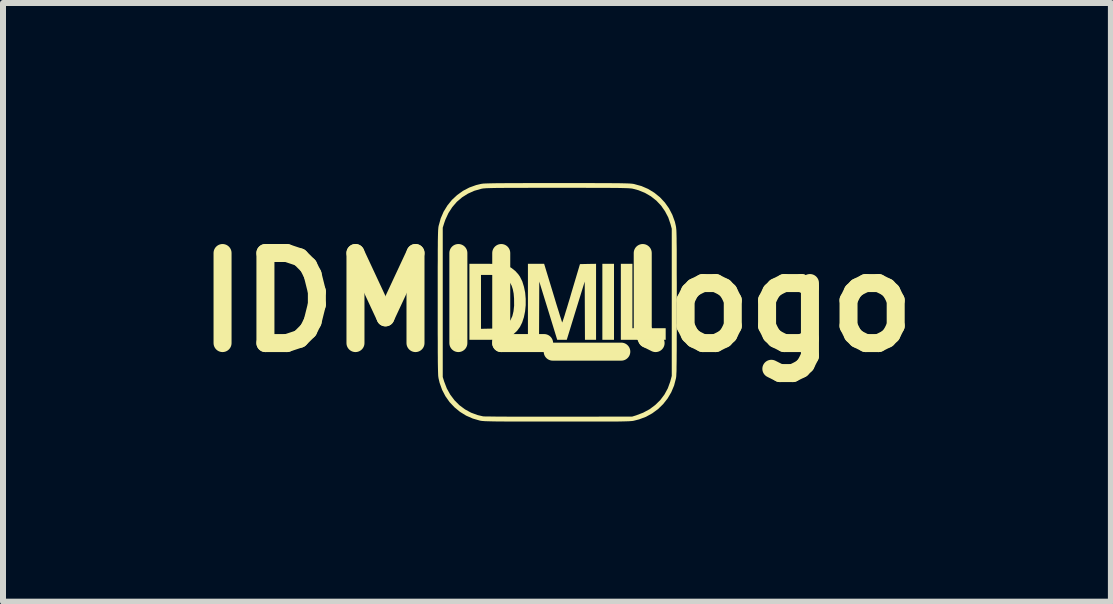
<source format=kicad_pcb>
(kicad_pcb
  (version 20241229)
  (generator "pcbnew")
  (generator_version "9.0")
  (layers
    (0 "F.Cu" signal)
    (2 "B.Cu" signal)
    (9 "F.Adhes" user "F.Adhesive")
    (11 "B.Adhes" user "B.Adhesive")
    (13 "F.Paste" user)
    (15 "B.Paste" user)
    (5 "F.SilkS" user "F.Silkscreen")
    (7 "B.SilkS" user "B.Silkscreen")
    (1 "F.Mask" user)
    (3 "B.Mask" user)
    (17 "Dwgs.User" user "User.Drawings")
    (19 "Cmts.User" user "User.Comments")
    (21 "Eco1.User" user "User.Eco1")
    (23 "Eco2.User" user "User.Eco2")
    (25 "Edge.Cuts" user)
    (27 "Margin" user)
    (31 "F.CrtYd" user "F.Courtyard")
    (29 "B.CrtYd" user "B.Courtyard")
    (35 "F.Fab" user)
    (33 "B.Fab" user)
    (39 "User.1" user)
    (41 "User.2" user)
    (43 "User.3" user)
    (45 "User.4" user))
  (footprint "IDMIL_logo"
    (layer "F.Cu")
    (at 6.229 1.987)
    (property "Reference" "IDMIL_logo" (at 0 0 0) (layer "F.SilkS") (effects (font (size 1.5 1.5) (thickness 0.3))))
    (attr board_only exclude_from_pos_files exclude_from_bom)
    (fp_poly (pts (xy -1.574 -0.009) (xy -1.574 0.624) (xy -1.67 0.624) (xy -1.767 0.624) (xy -1.767 -0.009) (xy -1.767 -0.642) (xy -1.67 -0.642) (xy -1.574 -0.642)) (stroke (width 0) (type solid)) (fill yes) (layer "F.SilkS"))
    (fp_poly (pts (xy 0.95 -0.009) (xy 0.95 0.624) (xy 0.853 0.624) (xy 0.756 0.624) (xy 0.756 -0.009) (xy 0.756 -0.642) (xy 0.853 -0.642) (xy 0.95 -0.642)) (stroke (width 0) (type solid)) (fill yes) (layer "F.SilkS"))
    (fp_poly (pts (xy 1.257 -0.106) (xy 1.257 0.431) (xy 1.534 0.431) (xy 1.811 0.431) (xy 1.811 0.528) (xy 1.811 0.624) (xy 1.437 0.624) (xy 1.064 0.624) (xy 1.064 -0.009) (xy 1.064 -0.642) (xy 1.161 -0.642) (xy 1.257 -0.642)) (stroke (width 0) (type solid)) (fill yes) (layer "F.SilkS"))
    (fp_poly (pts (xy 0.651 -0.009) (xy 0.651 0.624) (xy 0.558 0.624) (xy 0.466 0.624) (xy 0.464 0.139) (xy 0.462 -0.346) (xy 0.312 0.139) (xy 0.163 0.624) (xy 0.084 0.624) (xy 0.004 0.624) (xy -0.145 0.139) (xy -0.295 -0.346) (xy -0.297 0.139) (xy -0.299 0.624) (xy -0.391 0.624) (xy -0.484 0.624) (xy -0.484 -0.009) (xy -0.484 -0.642) (xy -0.349 -0.642) (xy -0.214 -0.642) (xy -0.066 -0.156) (xy -0.039 -0.067) (xy -0.014 0.017) (xy 0.01 0.094) (xy 0.032 0.163) (xy 0.05 0.223) (xy 0.066 0.271) (xy 0.077 0.307) (xy 0.084 0.329) (xy 0.087 0.336) (xy 0.09 0.329) (xy 0.098 0.306) (xy 0.11 0.27) (xy 0.126 0.221) (xy 0.144 0.161) (xy 0.166 0.091) (xy 0.189 0.014) (xy 0.215 -0.071) (xy 0.237 -0.148) (xy 0.383 -0.637) (xy 0.517 -0.64) (xy 0.651 -0.642)) (stroke (width 0) (type solid)) (fill yes) (layer "F.SilkS"))
    (fp_poly (pts (xy -1.138 -0.642) (xy -1.074 -0.641) (xy -1.016 -0.639) (xy -0.966 -0.638) (xy -0.929 -0.636) (xy -0.906 -0.633) (xy -0.905 -0.633) (xy -0.831 -0.611) (xy -0.76 -0.574) (xy -0.695 -0.523) (xy -0.641 -0.463) (xy -0.617 -0.428) (xy -0.578 -0.349) (xy -0.55 -0.259) (xy -0.53 -0.161) (xy -0.521 -0.058) (xy -0.521 0.046) (xy -0.531 0.149) (xy -0.551 0.247) (xy -0.58 0.336) (xy -0.617 0.41) (xy -0.665 0.475) (xy -0.725 0.53) (xy -0.792 0.575) (xy -0.864 0.605) (xy -0.905 0.615) (xy -0.926 0.618) (xy -0.962 0.62) (xy -1.01 0.622) (xy -1.067 0.623) (xy -1.131 0.624) (xy -1.198 0.624) (xy -1.206 0.624) (xy -1.459 0.624) (xy -1.459 -0.009) (xy -1.459 -0.457) (xy -1.266 -0.457) (xy -1.266 -0.008) (xy -1.266 0.441) (xy -1.119 0.438) (xy -1.057 0.436) (xy -1.009 0.433) (xy -0.973 0.429) (xy -0.945 0.424) (xy -0.928 0.418) (xy -0.865 0.388) (xy -0.814 0.346) (xy -0.773 0.293) (xy -0.743 0.227) (xy -0.724 0.148) (xy -0.714 0.055) (xy -0.715 -0.052) (xy -0.715 -0.062) (xy -0.722 -0.147) (xy -0.736 -0.218) (xy -0.755 -0.277) (xy -0.782 -0.326) (xy -0.816 -0.368) (xy -0.852 -0.398) (xy -0.893 -0.422) (xy -0.941 -0.439) (xy -0.999 -0.45) (xy -1.07 -0.456) (xy -1.143 -0.457) (xy -1.266 -0.457) (xy -1.459 -0.457) (xy -1.459 -0.642) (xy -1.206 -0.642)) (stroke (width 0) (type solid)) (fill yes) (layer "F.SilkS"))
    (fp_poly (pts (xy 0.008 -1.987) (xy 0.178 -1.987) (xy 0.331 -1.987) (xy 0.469 -1.987) (xy 0.591 -1.987) (xy 0.7 -1.986) (xy 0.796 -1.986) (xy 0.88 -1.986) (xy 0.953 -1.985) (xy 1.016 -1.985) (xy 1.069 -1.984) (xy 1.114 -1.983) (xy 1.152 -1.982) (xy 1.183 -1.981) (xy 1.209 -1.98) (xy 1.23 -1.978) (xy 1.248 -1.977) (xy 1.262 -1.975) (xy 1.275 -1.973) (xy 1.287 -1.971) (xy 1.288 -1.97) (xy 1.408 -1.937) (xy 1.519 -1.889) (xy 1.622 -1.826) (xy 1.715 -1.751) (xy 1.797 -1.663) (xy 1.866 -1.566) (xy 1.922 -1.458) (xy 1.964 -1.343) (xy 1.979 -1.279) (xy 1.981 -1.267) (xy 1.984 -1.255) (xy 1.985 -1.24) (xy 1.987 -1.223) (xy 1.989 -1.202) (xy 1.99 -1.177) (xy 1.991 -1.147) (xy 1.992 -1.109) (xy 1.993 -1.065) (xy 1.993 -1.013) (xy 1.994 -0.951) (xy 1.995 -0.879) (xy 1.995 -0.796) (xy 1.995 -0.701) (xy 1.995 -0.593) (xy 1.995 -0.472) (xy 1.996 -0.336) (xy 1.996 -0.184) (xy 1.996 -0.015) (xy 1.996 -0.003) (xy 1.996 0.168) (xy 1.996 0.323) (xy 1.996 0.463) (xy 1.995 0.587) (xy 1.995 0.697) (xy 1.995 0.795) (xy 1.994 0.88) (xy 1.994 0.954) (xy 1.993 1.017) (xy 1.992 1.071) (xy 1.992 1.117) (xy 1.991 1.155) (xy 1.989 1.186) (xy 1.988 1.211) (xy 1.987 1.231) (xy 1.985 1.248) (xy 1.983 1.261) (xy 1.982 1.266) (xy 1.951 1.386) (xy 1.904 1.498) (xy 1.843 1.601) (xy 1.769 1.695) (xy 1.684 1.778) (xy 1.587 1.849) (xy 1.482 1.907) (xy 1.367 1.95) (xy 1.288 1.97) (xy 1.276 1.973) (xy 1.264 1.975) (xy 1.249 1.977) (xy 1.232 1.978) (xy 1.212 1.98) (xy 1.187 1.981) (xy 1.157 1.982) (xy 1.12 1.983) (xy 1.076 1.984) (xy 1.024 1.985) (xy 0.963 1.985) (xy 0.891 1.986) (xy 0.809 1.986) (xy 0.715 1.986) (xy 0.608 1.986) (xy 0.488 1.986) (xy 0.353 1.986) (xy 0.202 1.986) (xy 0.035 1.986) (xy 0 1.986) (xy -0.171 1.986) (xy -0.325 1.986) (xy -0.463 1.986) (xy -0.587 1.986) (xy -0.696 1.986) (xy -0.793 1.985) (xy -0.878 1.985) (xy -0.951 1.984) (xy -1.014 1.984) (xy -1.068 1.983) (xy -1.113 1.982) (xy -1.151 1.981) (xy -1.183 1.98) (xy -1.209 1.979) (xy -1.23 1.977) (xy -1.247 1.976) (xy -1.261 1.974) (xy -1.273 1.972) (xy -1.284 1.97) (xy -1.402 1.936) (xy -1.514 1.887) (xy -1.616 1.824) (xy -1.708 1.748) (xy -1.79 1.661) (xy -1.859 1.563) (xy -1.914 1.457) (xy -1.955 1.342) (xy -1.973 1.266) (xy -1.975 1.254) (xy -1.976 1.244) (xy -1.903 1.244) (xy -1.879 1.321) (xy -1.835 1.435) (xy -1.777 1.539) (xy -1.706 1.633) (xy -1.625 1.714) (xy -1.532 1.783) (xy -1.431 1.838) (xy -1.322 1.878) (xy -1.232 1.899) (xy -1.219 1.9) (xy -1.189 1.901) (xy -1.143 1.901) (xy -1.083 1.902) (xy -1.009 1.903) (xy -0.924 1.903) (xy -0.826 1.904) (xy -0.719 1.904) (xy -0.602 1.904) (xy -0.477 1.905) (xy -0.345 1.905) (xy -0.207 1.905) (xy -0.064 1.905) (xy 0.031 1.905) (xy 1.253 1.903) (xy 1.318 1.883) (xy 1.436 1.838) (xy 1.542 1.781) (xy 1.637 1.71) (xy 1.72 1.629) (xy 1.79 1.536) (xy 1.846 1.433) (xy 1.887 1.32) (xy 1.892 1.301) (xy 1.912 1.226) (xy 1.912 0) (xy 1.912 -1.226) (xy 1.892 -1.301) (xy 1.854 -1.414) (xy 1.8 -1.517) (xy 1.734 -1.612) (xy 1.655 -1.695) (xy 1.565 -1.766) (xy 1.465 -1.824) (xy 1.357 -1.868) (xy 1.271 -1.891) (xy 1.259 -1.894) (xy 1.246 -1.896) (xy 1.231 -1.898) (xy 1.214 -1.899) (xy 1.193 -1.901) (xy 1.168 -1.902) (xy 1.137 -1.903) (xy 1.1 -1.904) (xy 1.055 -1.905) (xy 1.002 -1.906) (xy 0.94 -1.906) (xy 0.868 -1.907) (xy 0.785 -1.907) (xy 0.689 -1.907) (xy 0.581 -1.907) (xy 0.459 -1.908) (xy 0.322 -1.908) (xy 0.169 -1.908) (xy 0.004 -1.908) (xy -0.165 -1.908) (xy -0.317 -1.908) (xy -0.453 -1.908) (xy -0.575 -1.907) (xy -0.683 -1.907) (xy -0.778 -1.907) (xy -0.861 -1.907) (xy -0.933 -1.906) (xy -0.995 -1.906) (xy -1.048 -1.905) (xy -1.092 -1.904) (xy -1.129 -1.903) (xy -1.16 -1.902) (xy -1.185 -1.901) (xy -1.206 -1.899) (xy -1.223 -1.898) (xy -1.237 -1.896) (xy -1.25 -1.894) (xy -1.262 -1.891) (xy -1.376 -1.859) (xy -1.483 -1.811) (xy -1.58 -1.75) (xy -1.668 -1.675) (xy -1.744 -1.587) (xy -1.808 -1.488) (xy -1.859 -1.378) (xy -1.879 -1.321) (xy -1.903 -1.244) (xy -1.903 0) (xy -1.903 1.244) (xy -1.976 1.244) (xy -1.977 1.24) (xy -1.979 1.222) (xy -1.98 1.199) (xy -1.981 1.171) (xy -1.982 1.136) (xy -1.983 1.094) (xy -1.984 1.045) (xy -1.985 0.986) (xy -1.985 0.917) (xy -1.986 0.837) (xy -1.986 0.746) (xy -1.986 0.642) (xy -1.987 0.525) (xy -1.987 0.393) (xy -1.987 0.246) (xy -1.987 0.082) (xy -1.987 -0.003) (xy -1.987 -0.173) (xy -1.987 -0.326) (xy -1.987 -0.463) (xy -1.987 -0.586) (xy -1.986 -0.694) (xy -1.986 -0.79) (xy -1.986 -0.874) (xy -1.985 -0.946) (xy -1.985 -1.009) (xy -1.984 -1.062) (xy -1.983 -1.107) (xy -1.982 -1.144) (xy -1.981 -1.175) (xy -1.98 -1.201) (xy -1.978 -1.222) (xy -1.977 -1.239) (xy -1.975 -1.254) (xy -1.973 -1.267) (xy -1.971 -1.278) (xy -1.97 -1.279) (xy -1.937 -1.399) (xy -1.889 -1.51) (xy -1.826 -1.613) (xy -1.751 -1.706) (xy -1.664 -1.787) (xy -1.567 -1.857) (xy -1.46 -1.913) (xy -1.346 -1.954) (xy -1.266 -1.973) (xy -1.255 -1.975) (xy -1.24 -1.977) (xy -1.222 -1.979) (xy -1.199 -1.98) (xy -1.171 -1.981) (xy -1.136 -1.982) (xy -1.095 -1.983) (xy -1.045 -1.984) (xy -0.986 -1.985) (xy -0.917 -1.985) (xy -0.838 -1.986) (xy -0.747 -1.986) (xy -0.643 -1.986) (xy -0.526 -1.987) (xy -0.394 -1.987) (xy -0.247 -1.987) (xy -0.084 -1.987)) (stroke (width 0) (type solid)) (fill yes) (layer "F.SilkS")))
  (gr_rect
    (start -3 -3)
    (end 15.457 6.973)
    (stroke (width 0.1) (type default))
    (fill no)
    (layer "Edge.Cuts")))
</source>
